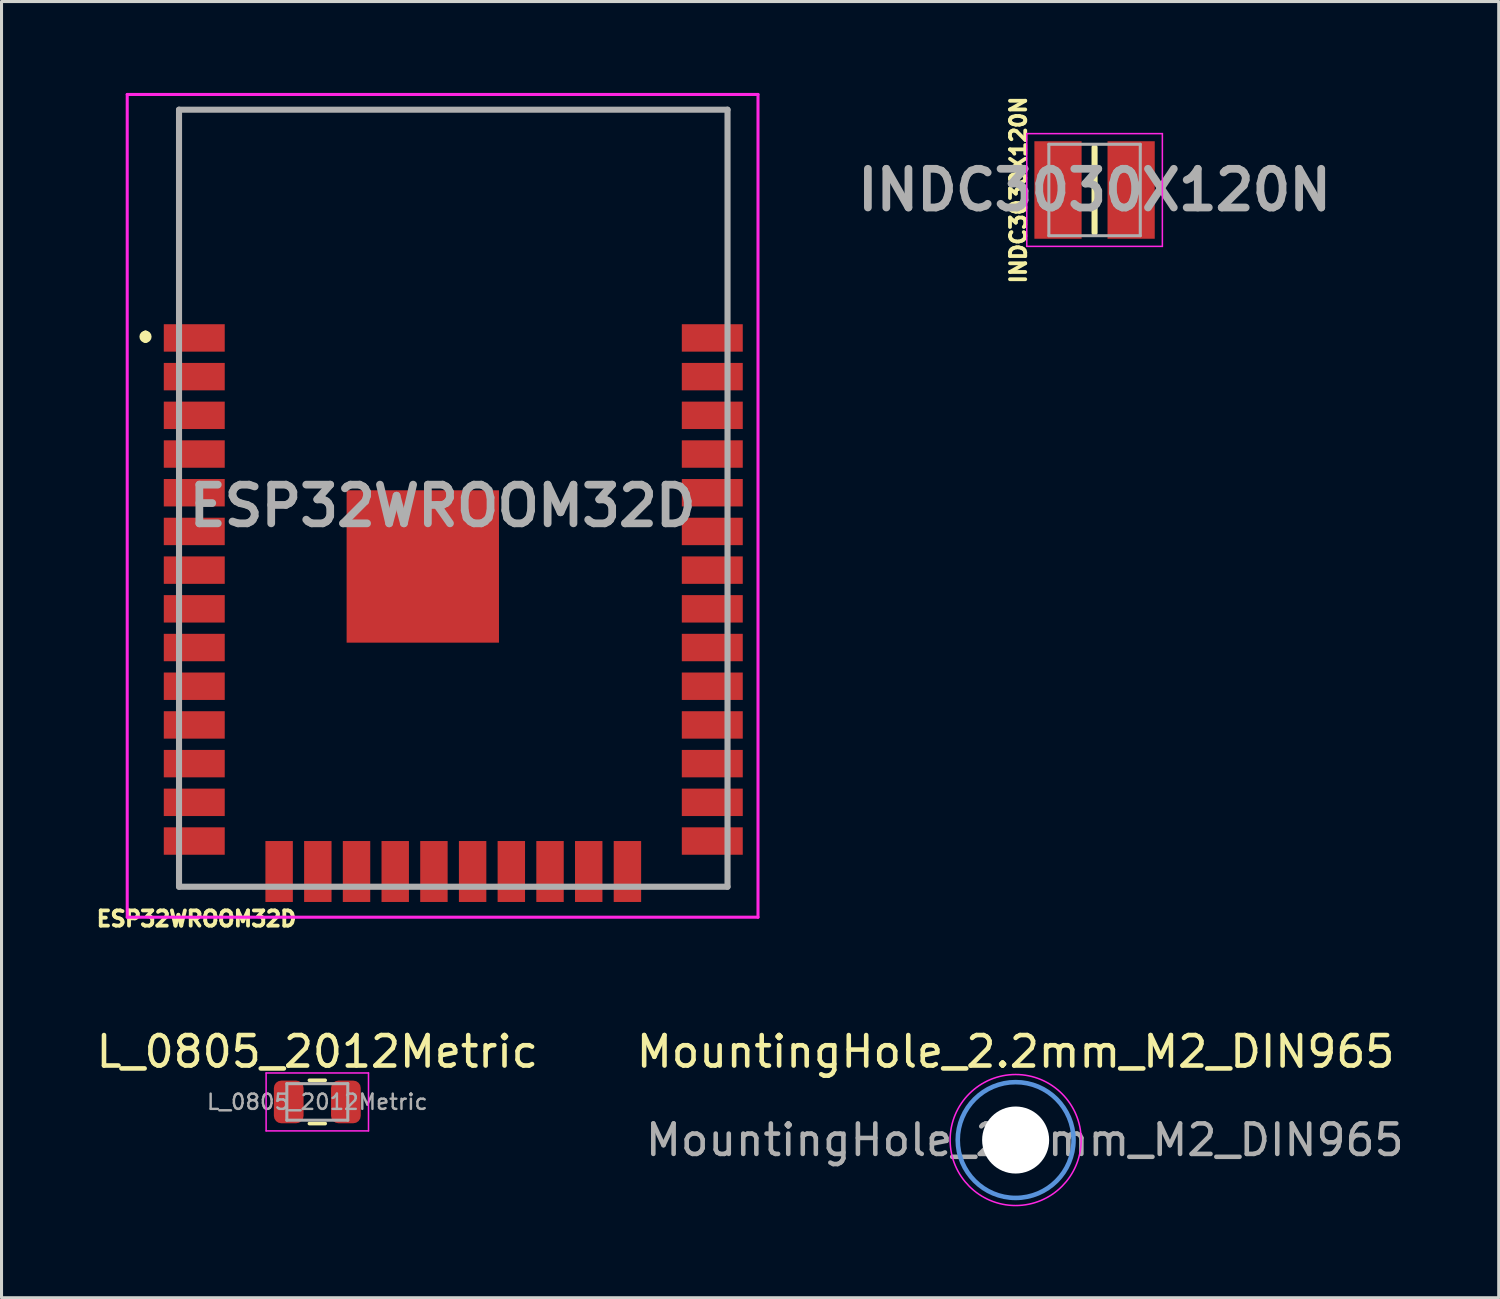
<source format=kicad_pcb>
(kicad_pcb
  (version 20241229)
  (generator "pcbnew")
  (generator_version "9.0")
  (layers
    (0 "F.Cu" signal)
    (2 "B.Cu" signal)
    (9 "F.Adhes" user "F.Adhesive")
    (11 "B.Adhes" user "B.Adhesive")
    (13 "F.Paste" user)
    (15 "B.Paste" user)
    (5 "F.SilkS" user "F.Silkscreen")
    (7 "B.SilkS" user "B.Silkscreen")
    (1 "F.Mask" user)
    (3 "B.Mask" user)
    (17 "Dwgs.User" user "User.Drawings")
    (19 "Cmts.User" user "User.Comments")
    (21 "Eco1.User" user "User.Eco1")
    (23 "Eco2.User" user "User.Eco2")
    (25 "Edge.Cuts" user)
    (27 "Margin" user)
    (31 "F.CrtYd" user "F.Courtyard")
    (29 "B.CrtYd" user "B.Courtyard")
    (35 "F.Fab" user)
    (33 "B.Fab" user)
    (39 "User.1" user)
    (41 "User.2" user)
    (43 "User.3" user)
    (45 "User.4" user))
  (footprint "ESP32WROOM32D"
    (layer "F.Cu")
    (at 11.475 13.55)
    (property "Reference" "ESP32WROOM32D" (at -8.076 13.552 180) (layer "F.SilkS") (effects (font (size 0.5 0.5) (thickness 0.125))))
    (attr smd)
    (fp_line (start -9.75 -5.65) (end -9.75 -5.65) (stroke (width 0.2) (type solid)) (layer "F.SilkS"))
    (fp_line (start -9.75 -5.45) (end -9.75 -5.45) (stroke (width 0.2) (type solid)) (layer "F.SilkS"))
    (fp_line (start -8.65 -13) (end 9.35 -13) (stroke (width 0.1) (type solid)) (layer "F.SilkS"))
    (fp_line (start -8.65 -6.75) (end -8.65 -13) (stroke (width 0.1) (type solid)) (layer "F.SilkS"))
    (fp_line (start -8.65 12) (end -8.65 12.5) (stroke (width 0.1) (type solid)) (layer "F.SilkS"))
    (fp_line (start -8.65 12.5) (end -6.65 12.5) (stroke (width 0.1) (type solid)) (layer "F.SilkS"))
    (fp_line (start 7.35 12.5) (end 9.35 12.5) (stroke (width 0.1) (type solid)) (layer "F.SilkS"))
    (fp_line (start 9.35 -13) (end 9.35 -6.75) (stroke (width 0.1) (type solid)) (layer "F.SilkS"))
    (fp_line (start 9.35 12.5) (end 9.35 12) (stroke (width 0.1) (type solid)) (layer "F.SilkS"))
    (fp_arc (start -9.75 -5.65) (mid -9.65 -5.55) (end -9.75 -5.45) (stroke (width 0.2) (type solid)) (layer "F.SilkS"))
    (fp_arc (start -9.75 -5.45) (mid -9.85 -5.55) (end -9.75 -5.65) (stroke (width 0.2) (type solid)) (layer "F.SilkS"))
    (fp_line (start -10.35 -13.5) (end 10.35 -13.5) (stroke (width 0.1) (type solid)) (layer "F.CrtYd"))
    (fp_line (start -10.35 13.5) (end -10.35 -13.5) (stroke (width 0.1) (type solid)) (layer "F.CrtYd"))
    (fp_line (start 10.35 -13.5) (end 10.35 13.5) (stroke (width 0.1) (type solid)) (layer "F.CrtYd"))
    (fp_line (start 10.35 13.5) (end -10.35 13.5) (stroke (width 0.1) (type solid)) (layer "F.CrtYd"))
    (fp_line (start -8.65 -13) (end 9.35 -13) (stroke (width 0.2) (type solid)) (layer "F.Fab"))
    (fp_line (start -8.65 12.5) (end -8.65 -13) (stroke (width 0.2) (type solid)) (layer "F.Fab"))
    (fp_line (start 9.35 -13) (end 9.35 12.5) (stroke (width 0.2) (type solid)) (layer "F.Fab"))
    (fp_line (start 9.35 12.5) (end -8.65 12.5) (stroke (width 0.2) (type solid)) (layer "F.Fab"))
    (fp_text user "${REFERENCE}" (at 0 0 180) (layer "F.Fab") (effects (font (size 1.27 1.27) (thickness 0.254))))
    (pad "1" smd rect (at -8.15 -5.51 90) (size 0.9 2) (layers "F.Cu" "F.Mask" "F.Paste"))
    (pad "2" smd rect (at -8.15 -4.24 90) (size 0.9 2) (layers "F.Cu" "F.Mask" "F.Paste"))
    (pad "3" smd rect (at -8.15 -2.97 90) (size 0.9 2) (layers "F.Cu" "F.Mask" "F.Paste"))
    (pad "4" smd rect (at -8.15 -1.7 90) (size 0.9 2) (layers "F.Cu" "F.Mask" "F.Paste"))
    (pad "5" smd rect (at -8.15 -0.43 90) (size 0.9 2) (layers "F.Cu" "F.Mask" "F.Paste"))
    (pad "6" smd rect (at -8.15 0.84 90) (size 0.9 2) (layers "F.Cu" "F.Mask" "F.Paste"))
    (pad "7" smd rect (at -8.15 2.11 90) (size 0.9 2) (layers "F.Cu" "F.Mask" "F.Paste"))
    (pad "8" smd rect (at -8.15 3.38 90) (size 0.9 2) (layers "F.Cu" "F.Mask" "F.Paste"))
    (pad "9" smd rect (at -8.15 4.65 90) (size 0.9 2) (layers "F.Cu" "F.Mask" "F.Paste"))
    (pad "10" smd rect (at -8.15 5.92 90) (size 0.9 2) (layers "F.Cu" "F.Mask" "F.Paste"))
    (pad "11" smd rect (at -8.15 7.19 90) (size 0.9 2) (layers "F.Cu" "F.Mask" "F.Paste"))
    (pad "12" smd rect (at -8.15 8.46 90) (size 0.9 2) (layers "F.Cu" "F.Mask" "F.Paste"))
    (pad "13" smd rect (at -8.15 9.73 90) (size 0.9 2) (layers "F.Cu" "F.Mask" "F.Paste"))
    (pad "14" smd rect (at -8.15 11 90) (size 0.9 2) (layers "F.Cu" "F.Mask" "F.Paste"))
    (pad "15" smd rect (at -5.365 12) (size 0.9 2) (layers "F.Cu" "F.Mask" "F.Paste"))
    (pad "16" smd rect (at -4.095 12) (size 0.9 2) (layers "F.Cu" "F.Mask" "F.Paste"))
    (pad "17" smd rect (at -2.825 12) (size 0.9 2) (layers "F.Cu" "F.Mask" "F.Paste"))
    (pad "18" smd rect (at -1.555 12) (size 0.9 2) (layers "F.Cu" "F.Mask" "F.Paste"))
    (pad "19" smd rect (at -0.285 12) (size 0.9 2) (layers "F.Cu" "F.Mask" "F.Paste"))
    (pad "20" smd rect (at 0.985 12) (size 0.9 2) (layers "F.Cu" "F.Mask" "F.Paste"))
    (pad "21" smd rect (at 2.255 12) (size 0.9 2) (layers "F.Cu" "F.Mask" "F.Paste"))
    (pad "22" smd rect (at 3.525 12) (size 0.9 2) (layers "F.Cu" "F.Mask" "F.Paste"))
    (pad "23" smd rect (at 4.795 12) (size 0.9 2) (layers "F.Cu" "F.Mask" "F.Paste"))
    (pad "24" smd rect (at 6.065 12) (size 0.9 2) (layers "F.Cu" "F.Mask" "F.Paste"))
    (pad "25" smd rect (at 8.85 11 90) (size 0.9 2) (layers "F.Cu" "F.Mask" "F.Paste"))
    (pad "26" smd rect (at 8.85 9.73 90) (size 0.9 2) (layers "F.Cu" "F.Mask" "F.Paste"))
    (pad "27" smd rect (at 8.85 8.46 90) (size 0.9 2) (layers "F.Cu" "F.Mask" "F.Paste"))
    (pad "28" smd rect (at 8.85 7.19 90) (size 0.9 2) (layers "F.Cu" "F.Mask" "F.Paste"))
    (pad "29" smd rect (at 8.85 5.92 90) (size 0.9 2) (layers "F.Cu" "F.Mask" "F.Paste"))
    (pad "30" smd rect (at 8.85 4.65 90) (size 0.9 2) (layers "F.Cu" "F.Mask" "F.Paste"))
    (pad "31" smd rect (at 8.85 3.38 90) (size 0.9 2) (layers "F.Cu" "F.Mask" "F.Paste"))
    (pad "32" smd rect (at 8.85 2.11 90) (size 0.9 2) (layers "F.Cu" "F.Mask" "F.Paste"))
    (pad "33" smd rect (at 8.85 0.84 90) (size 0.9 2) (layers "F.Cu" "F.Mask" "F.Paste"))
    (pad "34" smd rect (at 8.85 -0.43 90) (size 0.9 2) (layers "F.Cu" "F.Mask" "F.Paste"))
    (pad "35" smd rect (at 8.85 -1.7 90) (size 0.9 2) (layers "F.Cu" "F.Mask" "F.Paste"))
    (pad "36" smd rect (at 8.85 -2.97 90) (size 0.9 2) (layers "F.Cu" "F.Mask" "F.Paste"))
    (pad "37" smd rect (at 8.85 -4.24 90) (size 0.9 2) (layers "F.Cu" "F.Mask" "F.Paste"))
    (pad "38" smd rect (at 8.85 -5.51 90) (size 0.9 2) (layers "F.Cu" "F.Mask" "F.Paste"))
    (pad "39" smd rect (at -0.65 1.99 90) (size 5 5) (layers "F.Cu" "F.Mask" "F.Paste")))
  (footprint "MountingHole_2.2mm_M2_DIN965"
    (layer "F.Cu")
    (at 30.28 34.362)
    (property "Reference" "MountingHole_2.2mm_M2_DIN965" (at 0 -2.9 0) (layer "F.SilkS") (effects (font (size 1 1) (thickness 0.15))))
    (attr exclude_from_pos_files exclude_from_bom)
    (fp_circle (center 0 0) (end 1.9 0) (stroke (width 0.15) (type solid)) (fill no) (layer "Cmts.User"))
    (fp_circle (center 0 0) (end 2.15 0) (stroke (width 0.05) (type solid)) (fill no) (layer "F.CrtYd"))
    (fp_text user "${REFERENCE}" (at 0.3 0 0) (layer "F.Fab") (effects (font (size 1 1) (thickness 0.15))))
    (pad "" np_thru_hole circle (at 0 0) (size 2.2 2.2) (drill 2.2) (layers "*.Cu" "*.Mask")))
  (footprint "L_0805_2012Metric"
    (layer "F.Cu")
    (at 7.363 33.112)
    (property "Reference" "L_0805_2012Metric" (at 0 -1.65 0) (layer "F.SilkS") (effects (font (size 1 1) (thickness 0.15))))
    (attr smd)
    (fp_line (start -0.259 -0.71) (end 0.259 -0.71) (stroke (width 0.12) (type solid)) (layer "F.SilkS"))
    (fp_line (start -0.259 0.71) (end 0.259 0.71) (stroke (width 0.12) (type solid)) (layer "F.SilkS"))
    (fp_line (start -1.68 -0.95) (end 1.68 -0.95) (stroke (width 0.05) (type solid)) (layer "F.CrtYd"))
    (fp_line (start -1.68 0.95) (end -1.68 -0.95) (stroke (width 0.05) (type solid)) (layer "F.CrtYd"))
    (fp_line (start 1.68 -0.95) (end 1.68 0.95) (stroke (width 0.05) (type solid)) (layer "F.CrtYd"))
    (fp_line (start 1.68 0.95) (end -1.68 0.95) (stroke (width 0.05) (type solid)) (layer "F.CrtYd"))
    (fp_line (start -1 -0.6) (end 1 -0.6) (stroke (width 0.1) (type solid)) (layer "F.Fab"))
    (fp_line (start -1 0.6) (end -1 -0.6) (stroke (width 0.1) (type solid)) (layer "F.Fab"))
    (fp_line (start 1 -0.6) (end 1 0.6) (stroke (width 0.1) (type solid)) (layer "F.Fab"))
    (fp_line (start 1 0.6) (end -1 0.6) (stroke (width 0.1) (type solid)) (layer "F.Fab"))
    (fp_text user "${REFERENCE}" (at 0 0 0) (layer "F.Fab") (effects (font (size 0.5 0.5) (thickness 0.08))))
    (pad "1" smd roundrect (at -0.938 0) (size 0.975 1.4) (layers "F.Cu" "F.Mask" "F.Paste") (roundrect_rratio 0.25))
    (pad "2" smd roundrect (at 0.938 0) (size 0.975 1.4) (layers "F.Cu" "F.Mask" "F.Paste") (roundrect_rratio 0.25)))
  (footprint "INDC3030X120N"
    (layer "F.Cu")
    (at 32.87 3.185)
    (property "Reference" "INDC3030X120N" (at -2.5 0 90) (layer "F.SilkS") (effects (font (size 0.5 0.5) (thickness 0.125))))
    (attr smd)
    (fp_line (start 0 -1.4) (end 0 1.4) (stroke (width 0.2) (type solid)) (layer "F.SilkS"))
    (fp_line (start -2.225 -1.85) (end 2.225 -1.85) (stroke (width 0.05) (type solid)) (layer "F.CrtYd"))
    (fp_line (start -2.225 1.85) (end -2.225 -1.85) (stroke (width 0.05) (type solid)) (layer "F.CrtYd"))
    (fp_line (start 2.225 -1.85) (end 2.225 1.85) (stroke (width 0.05) (type solid)) (layer "F.CrtYd"))
    (fp_line (start 2.225 1.85) (end -2.225 1.85) (stroke (width 0.05) (type solid)) (layer "F.CrtYd"))
    (fp_line (start -1.5 -1.5) (end 1.5 -1.5) (stroke (width 0.1) (type solid)) (layer "F.Fab"))
    (fp_line (start -1.5 1.5) (end -1.5 -1.5) (stroke (width 0.1) (type solid)) (layer "F.Fab"))
    (fp_line (start 1.5 -1.5) (end 1.5 1.5) (stroke (width 0.1) (type solid)) (layer "F.Fab"))
    (fp_line (start 1.5 1.5) (end -1.5 1.5) (stroke (width 0.1) (type solid)) (layer "F.Fab"))
    (fp_text user "${REFERENCE}" (at 0 0 0) (layer "F.Fab") (effects (font (size 1.27 1.27) (thickness 0.254))))
    (pad "1" smd rect (at -1.2 0) (size 1.55 3.2) (layers "F.Cu" "F.Mask" "F.Paste"))
    (pad "2" smd rect (at 1.2 0) (size 1.55 3.2) (layers "F.Cu" "F.Mask" "F.Paste")))
  (gr_rect
    (start -3 -3)
    (end 46.133 39.537)
    (stroke (width 0.1) (type default))
    (fill no)
    (layer "Edge.Cuts")))
</source>
